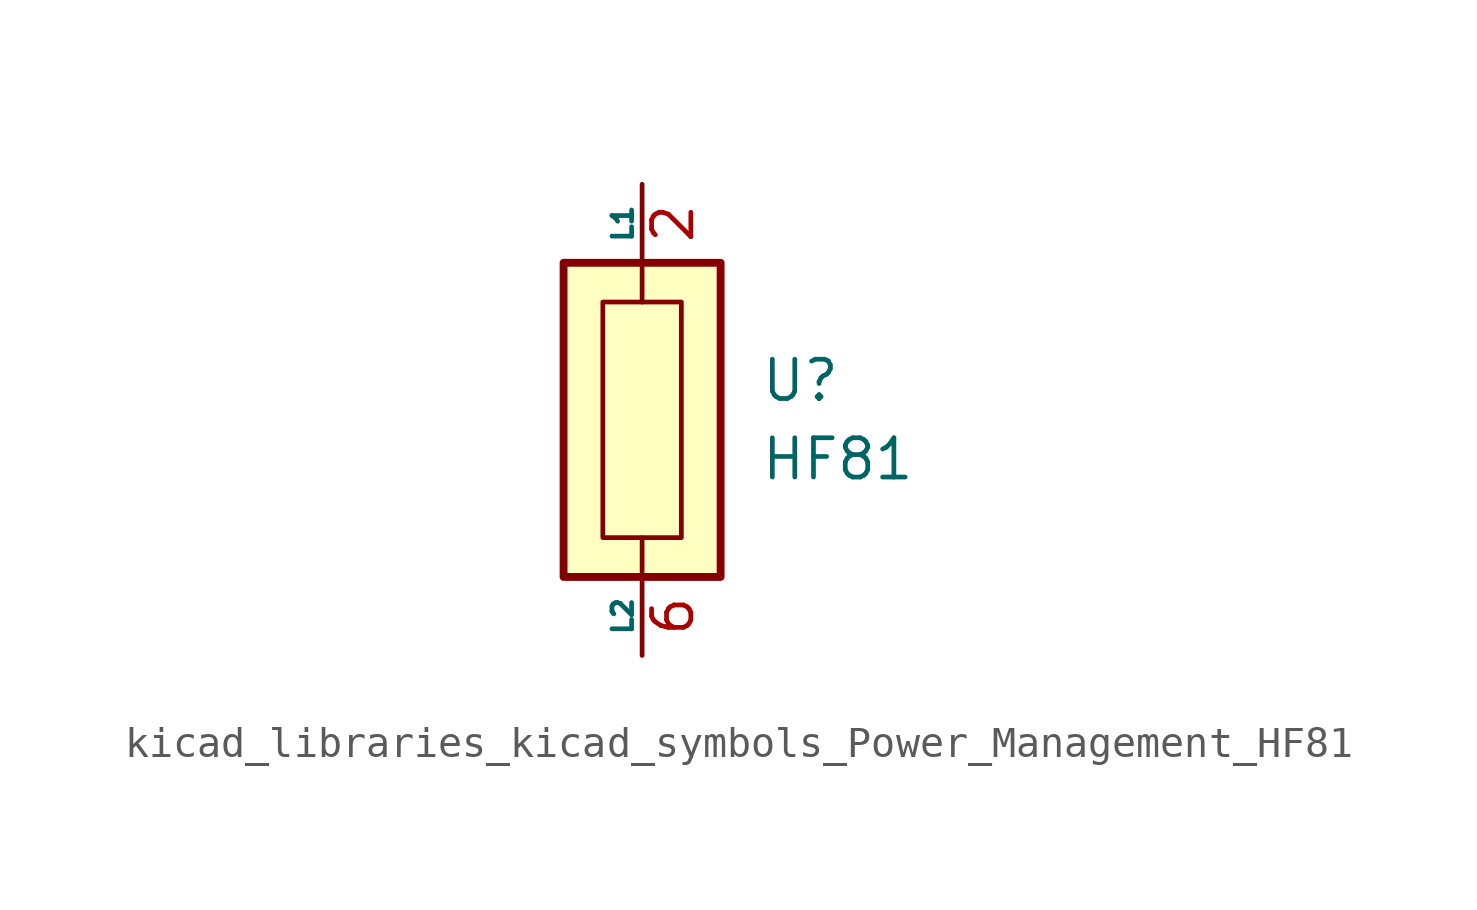
<source format=kicad_sym>
(kicad_symbol_lib
  (version 20220914)
  (generator kicad_symbol_editor)
  (symbol "kicad_libraries_kicad_symbols_Power_Management_HF81"
    (pin_names
      (offset 0))
    (property "Reference" "U"
      (at 3.81 1.27 0)
      (effects (font (size 1.27 1.27)) (justify left)))
    (property "Value" "HF81"
      (at 3.81 -1.27 0)
      (effects (font (size 1.27 1.27)) (justify left)))
    (symbol "kicad_libraries_kicad_symbols_Power_Management_HF81_0_1"
      (rectangle (start -2.54 5.08) (end 2.54 -5.08) (stroke (width 0.254) (type default)) (fill (type background)))
      (rectangle (start -1.27 3.81) (end 1.27 -3.81) (stroke (width 0) (type default)) (fill (type none)))
      (polyline (pts (xy 0 -3.81) (xy 0 -5.08)) (stroke (width 0) (type default)) (fill (type none)))
      (polyline (pts (xy 0 5.08) (xy 0 3.81)) (stroke (width 0) (type default)) (fill (type none))))
    (symbol "kicad_libraries_kicad_symbols_Power_Management_HF81_1_1"
      (pin no_connect line (at -2.54 5.08 0) (length 2.54) hide (name "NC" (effects (font (size 1.27 1.27)))) (number "1" (effects (font (size 1.27 1.27)))))
      (pin passive line (at 0 7.62 270) (length 2.54) (name "L1" (effects (font (size 0.635 0.635)))) (number "2" (effects (font (size 1.27 1.27)))))
      (pin passive line (at 0 7.62 270) (length 2.54) hide (name "L1" (effects (font (size 0.635 0.635)))) (number "3" (effects (font (size 1.27 1.27)))))
      (pin no_connect line (at -2.54 2.54 0) (length 2.54) hide (name "NC" (effects (font (size 1.27 1.27)))) (number "4" (effects (font (size 1.27 1.27)))))
      (pin no_connect line (at -2.54 -2.54 0) (length 2.54) hide (name "NC" (effects (font (size 1.27 1.27)))) (number "5" (effects (font (size 1.27 1.27)))))
      (pin passive line (at 0 -7.62 90) (length 2.54) (name "L2" (effects (font (size 0.635 0.635)))) (number "6" (effects (font (size 1.27 1.27)))))
      (pin passive line (at 0 -7.62 90) (length 2.54) hide (name "L2" (effects (font (size 0.635 0.635)))) (number "7" (effects (font (size 1.27 1.27)))))
      (pin no_connect line (at -2.54 -5.08 0) (length 2.54) hide (name "NC" (effects (font (size 1.27 1.27)))) (number "8" (effects (font (size 1.27 1.27))))))))
</source>
